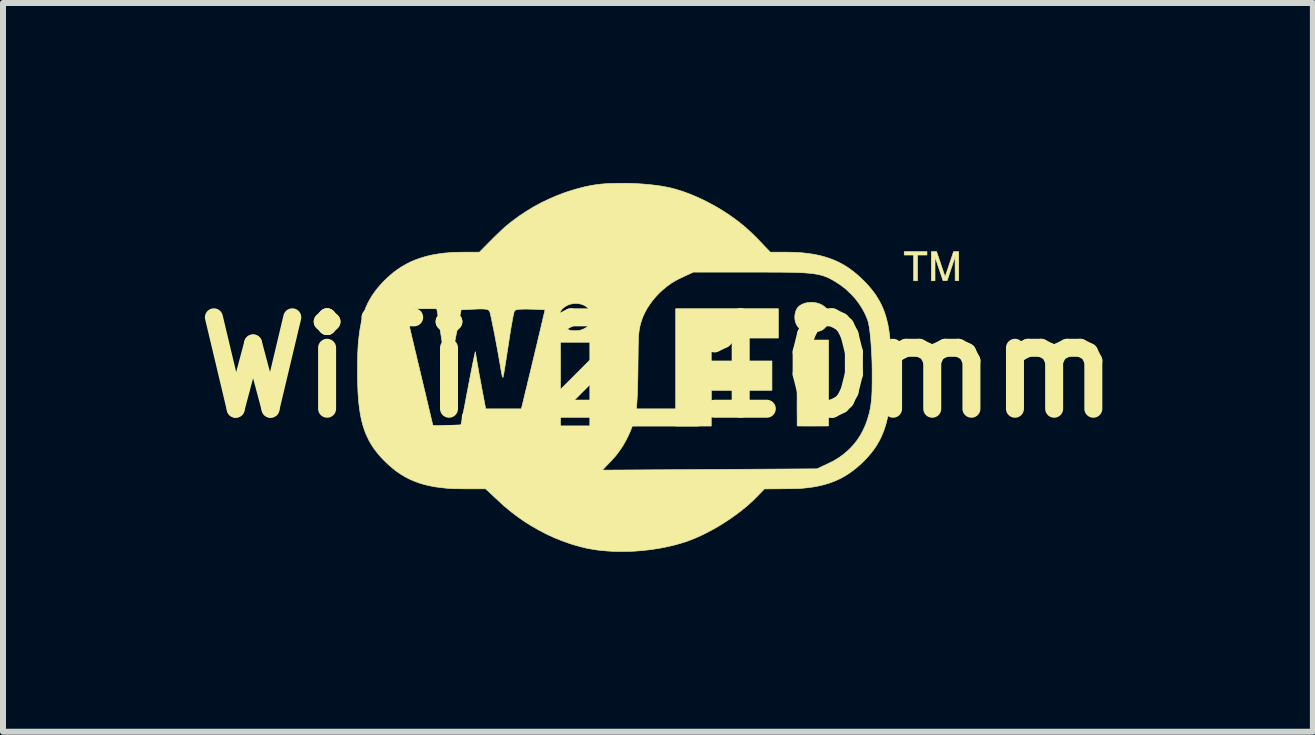
<source format=kicad_pcb>
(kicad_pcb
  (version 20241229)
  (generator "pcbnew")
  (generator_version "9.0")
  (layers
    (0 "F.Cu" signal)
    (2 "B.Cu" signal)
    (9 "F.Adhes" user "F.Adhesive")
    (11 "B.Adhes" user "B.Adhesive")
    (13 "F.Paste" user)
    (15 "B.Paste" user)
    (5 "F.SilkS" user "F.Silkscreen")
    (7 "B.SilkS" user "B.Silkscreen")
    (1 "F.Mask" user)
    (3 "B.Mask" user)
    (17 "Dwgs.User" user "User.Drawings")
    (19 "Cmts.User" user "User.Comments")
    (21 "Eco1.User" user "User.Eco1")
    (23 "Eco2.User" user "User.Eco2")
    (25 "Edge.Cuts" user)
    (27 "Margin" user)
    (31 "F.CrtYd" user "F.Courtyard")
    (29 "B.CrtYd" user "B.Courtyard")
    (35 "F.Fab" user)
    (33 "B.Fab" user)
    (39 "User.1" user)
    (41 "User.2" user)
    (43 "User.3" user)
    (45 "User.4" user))
  (footprint "WiFi_2_10mm"
    (layer "F.Cu")
    (at 7.918 3.074)
    (property "Reference" "WiFi_2_10mm" (at 0 0 0) (layer "F.SilkS") (effects (font (size 1.524 1.524) (thickness 0.3))))
    (attr through_hole)
    (fp_poly (pts (xy 4.484 -1.873) (xy 4.326 -1.873) (xy 4.326 -1.444) (xy 4.262 -1.444) (xy 4.262 -1.873) (xy 4.105 -1.873) (xy 4.105 -1.93) (xy 4.484 -1.93) (xy 4.484 -1.873)) (stroke (width 0.01) (type solid)) (fill yes) (layer "F.SilkS"))
    (fp_poly (pts (xy 2.007 -0.489) (xy 0.888 -0.489) (xy 0.888 -0.107) (xy 1.9 -0.107) (xy 1.9 0.382) (xy 1.395 0.383) (xy 0.89 0.384) (xy 0.889 0.681) (xy 0.888 0.978) (xy 0.295 0.978) (xy 0.295 -0.978) (xy 2.007 -0.978) (xy 2.007 -0.489)) (stroke (width 0.01) (type solid)) (fill yes) (layer "F.SilkS"))
    (fp_poly (pts (xy 2.844 0.261) (xy 2.843 0.977) (xy 2.583 0.978) (xy 2.542 0.978) (xy 2.503 0.978) (xy 2.466 0.978) (xy 2.432 0.978) (xy 2.402 0.978) (xy 2.376 0.977) (xy 2.354 0.977) (xy 2.338 0.977) (xy 2.326 0.977) (xy 2.321 0.976) (xy 2.321 0.976) (xy 2.321 0.973) (xy 2.321 0.963) (xy 2.32 0.947) (xy 2.32 0.925) (xy 2.32 0.898) (xy 2.32 0.865) (xy 2.32 0.828) (xy 2.32 0.786) (xy 2.319 0.74) (xy 2.319 0.69) (xy 2.319 0.637) (xy 2.319 0.58) (xy 2.319 0.52) (xy 2.319 0.457) (xy 2.319 0.393) (xy 2.319 0.325) (xy 2.319 0.259) (xy 2.319 -0.456) (xy 2.845 -0.456) (xy 2.844 0.261)) (stroke (width 0.01) (type solid)) (fill yes) (layer "F.SilkS"))
    (fp_poly (pts (xy 4.667 -1.861) (xy 4.674 -1.842) (xy 4.682 -1.818) (xy 4.691 -1.79) (xy 4.702 -1.759) (xy 4.713 -1.726) (xy 4.724 -1.693) (xy 4.735 -1.66) (xy 4.738 -1.651) (xy 4.786 -1.511) (xy 4.802 -1.555) (xy 4.806 -1.567) (xy 4.812 -1.585) (xy 4.82 -1.608) (xy 4.829 -1.634) (xy 4.838 -1.663) (xy 4.849 -1.695) (xy 4.86 -1.728) (xy 4.871 -1.761) (xy 4.873 -1.765) (xy 4.927 -1.93) (xy 5.013 -1.93) (xy 5.013 -1.444) (xy 4.954 -1.446) (xy 4.953 -1.644) (xy 4.952 -1.841) (xy 4.886 -1.644) (xy 4.82 -1.446) (xy 4.753 -1.444) (xy 4.686 -1.642) (xy 4.619 -1.84) (xy 4.618 -1.642) (xy 4.618 -1.444) (xy 4.557 -1.444) (xy 4.557 -1.93) (xy 4.644 -1.93) (xy 4.667 -1.861)) (stroke (width 0.01) (type solid)) (fill yes) (layer "F.SilkS"))
    (fp_poly (pts (xy 2.584 -1.083) (xy 2.591 -1.083) (xy 2.641 -1.075) (xy 2.687 -1.062) (xy 2.729 -1.043) (xy 2.767 -1.019) (xy 2.8 -0.99) (xy 2.83 -0.956) (xy 2.84 -0.942) (xy 2.857 -0.912) (xy 2.868 -0.883) (xy 2.874 -0.854) (xy 2.873 -0.824) (xy 2.867 -0.794) (xy 2.854 -0.762) (xy 2.836 -0.729) (xy 2.818 -0.703) (xy 2.793 -0.671) (xy 2.768 -0.646) (xy 2.742 -0.626) (xy 2.714 -0.612) (xy 2.684 -0.603) (xy 2.681 -0.602) (xy 2.668 -0.6) (xy 2.651 -0.598) (xy 2.631 -0.596) (xy 2.61 -0.595) (xy 2.59 -0.594) (xy 2.573 -0.594) (xy 2.559 -0.595) (xy 2.555 -0.595) (xy 2.547 -0.596) (xy 2.535 -0.598) (xy 2.52 -0.6) (xy 2.515 -0.6) (xy 2.48 -0.606) (xy 2.446 -0.614) (xy 2.415 -0.624) (xy 2.387 -0.636) (xy 2.363 -0.649) (xy 2.348 -0.66) (xy 2.334 -0.675) (xy 2.32 -0.695) (xy 2.307 -0.717) (xy 2.3 -0.734) (xy 2.288 -0.77) (xy 2.282 -0.808) (xy 2.281 -0.846) (xy 2.284 -0.884) (xy 2.292 -0.92) (xy 2.304 -0.954) (xy 2.32 -0.984) (xy 2.34 -1.01) (xy 2.344 -1.013) (xy 2.368 -1.032) (xy 2.397 -1.049) (xy 2.43 -1.063) (xy 2.466 -1.074) (xy 2.505 -1.081) (xy 2.544 -1.084) (xy 2.584 -1.083)) (stroke (width 0.01) (type solid)) (fill yes) (layer "F.SilkS"))
    (fp_poly (pts (xy -0.444 -3.067) (xy -0.338 -3.062) (xy -0.234 -3.055) (xy -0.134 -3.046) (xy -0.038 -3.035) (xy 0.053 -3.022) (xy 0.14 -3.006) (xy 0.221 -2.989) (xy 0.297 -2.969) (xy 0.303 -2.967) (xy 0.412 -2.933) (xy 0.522 -2.893) (xy 0.633 -2.847) (xy 0.745 -2.796) (xy 0.855 -2.74) (xy 0.965 -2.68) (xy 1.072 -2.616) (xy 1.177 -2.548) (xy 1.278 -2.477) (xy 1.287 -2.47) (xy 1.332 -2.436) (xy 1.376 -2.402) (xy 1.418 -2.368) (xy 1.459 -2.333) (xy 1.5 -2.297) (xy 1.541 -2.259) (xy 1.584 -2.218) (xy 1.629 -2.174) (xy 1.676 -2.126) (xy 1.727 -2.073) (xy 1.734 -2.066) (xy 1.757 -2.041) (xy 1.78 -2.017) (xy 1.801 -1.995) (xy 1.82 -1.976) (xy 1.836 -1.959) (xy 1.849 -1.945) (xy 1.859 -1.935) (xy 1.864 -1.929) (xy 1.865 -1.928) (xy 1.873 -1.92) (xy 2.059 -1.92) (xy 2.096 -1.92) (xy 2.132 -1.92) (xy 2.168 -1.92) (xy 2.202 -1.919) (xy 2.233 -1.919) (xy 2.26 -1.918) (xy 2.283 -1.918) (xy 2.3 -1.917) (xy 2.304 -1.917) (xy 2.41 -1.909) (xy 2.511 -1.898) (xy 2.607 -1.883) (xy 2.698 -1.864) (xy 2.784 -1.841) (xy 2.867 -1.814) (xy 2.947 -1.783) (xy 3.024 -1.747) (xy 3.098 -1.707) (xy 3.17 -1.662) (xy 3.24 -1.611) (xy 3.309 -1.556) (xy 3.377 -1.495) (xy 3.409 -1.464) (xy 3.46 -1.413) (xy 3.508 -1.361) (xy 3.552 -1.31) (xy 3.593 -1.258) (xy 3.631 -1.205) (xy 3.665 -1.151) (xy 3.697 -1.096) (xy 3.726 -1.039) (xy 3.752 -0.98) (xy 3.776 -0.918) (xy 3.797 -0.854) (xy 3.815 -0.787) (xy 3.832 -0.716) (xy 3.846 -0.641) (xy 3.857 -0.562) (xy 3.867 -0.479) (xy 3.875 -0.391) (xy 3.881 -0.298) (xy 3.886 -0.199) (xy 3.889 -0.095) (xy 3.89 0.015) (xy 3.89 0.067) (xy 3.889 0.182) (xy 3.887 0.292) (xy 3.882 0.395) (xy 3.875 0.493) (xy 3.867 0.585) (xy 3.856 0.673) (xy 3.843 0.756) (xy 3.827 0.834) (xy 3.81 0.909) (xy 3.79 0.98) (xy 3.767 1.047) (xy 3.742 1.111) (xy 3.715 1.173) (xy 3.685 1.231) (xy 3.652 1.288) (xy 3.645 1.3) (xy 3.602 1.364) (xy 3.553 1.428) (xy 3.499 1.491) (xy 3.442 1.552) (xy 3.38 1.612) (xy 3.316 1.668) (xy 3.251 1.72) (xy 3.184 1.768) (xy 3.178 1.772) (xy 3.104 1.818) (xy 3.027 1.859) (xy 2.947 1.895) (xy 2.864 1.926) (xy 2.777 1.953) (xy 2.686 1.975) (xy 2.59 1.993) (xy 2.489 2.006) (xy 2.485 2.007) (xy 2.461 2.009) (xy 2.439 2.012) (xy 2.418 2.014) (xy 2.397 2.015) (xy 2.376 2.017) (xy 2.355 2.018) (xy 2.332 2.019) (xy 2.306 2.02) (xy 2.279 2.021) (xy 2.247 2.021) (xy 2.212 2.022) (xy 2.173 2.022) (xy 2.128 2.023) (xy 2.077 2.023) (xy 2.049 2.024) (xy 1.774 2.026) (xy 1.69 2.113) (xy 1.646 2.158) (xy 1.606 2.198) (xy 1.567 2.236) (xy 1.529 2.27) (xy 1.491 2.304) (xy 1.459 2.331) (xy 1.374 2.399) (xy 1.285 2.466) (xy 1.193 2.531) (xy 1.099 2.592) (xy 1.004 2.651) (xy 0.907 2.706) (xy 0.811 2.757) (xy 0.715 2.804) (xy 0.621 2.846) (xy 0.528 2.883) (xy 0.438 2.915) (xy 0.421 2.92) (xy 0.297 2.956) (xy 0.169 2.987) (xy 0.037 3.013) (xy -0.098 3.035) (xy -0.237 3.051) (xy -0.378 3.063) (xy -0.439 3.066) (xy -0.46 3.067) (xy -0.485 3.067) (xy -0.515 3.068) (xy -0.547 3.068) (xy -0.58 3.069) (xy -0.614 3.069) (xy -0.647 3.069) (xy -0.677 3.069) (xy -0.705 3.068) (xy -0.727 3.068) (xy -0.742 3.067) (xy -0.842 3.061) (xy -0.937 3.053) (xy -1.028 3.042) (xy -1.116 3.028) (xy -1.203 3.011) (xy -1.289 2.99) (xy -1.376 2.966) (xy -1.465 2.939) (xy -1.479 2.934) (xy -1.609 2.887) (xy -1.738 2.835) (xy -1.865 2.776) (xy -1.989 2.711) (xy -2.111 2.641) (xy -2.23 2.566) (xy -2.344 2.486) (xy -2.455 2.402) (xy -2.56 2.314) (xy -2.585 2.292) (xy -2.597 2.281) (xy -2.612 2.267) (xy -2.631 2.249) (xy -2.653 2.229) (xy -2.677 2.207) (xy -2.702 2.184) (xy -2.728 2.16) (xy -2.751 2.138) (xy -2.873 2.024) (xy -3.111 2.024) (xy -3.153 2.024) (xy -3.194 2.024) (xy -3.235 2.024) (xy -3.273 2.023) (xy -3.309 2.023) (xy -3.342 2.022) (xy -3.371 2.022) (xy -3.395 2.021) (xy -3.413 2.021) (xy -3.42 2.021) (xy -3.526 2.014) (xy -3.628 2.003) (xy -3.724 1.99) (xy -3.815 1.972) (xy -3.902 1.951) (xy -3.985 1.926) (xy -4.065 1.896) (xy -4.141 1.863) (xy -4.215 1.825) (xy -4.286 1.782) (xy -4.355 1.735) (xy -4.384 1.712) (xy -0.926 1.712) (xy -0.894 1.712) (xy -0.887 1.712) (xy -0.874 1.712) (xy -0.855 1.712) (xy -0.831 1.712) (xy -0.801 1.712) (xy -0.766 1.712) (xy -0.727 1.711) (xy -0.684 1.711) (xy -0.638 1.711) (xy -0.588 1.711) (xy -0.535 1.71) (xy -0.48 1.71) (xy -0.423 1.71) (xy -0.364 1.709) (xy -0.337 1.709) (xy -0.271 1.709) (xy -0.199 1.708) (xy -0.122 1.708) (xy -0.041 1.707) (xy 0.043 1.707) (xy 0.129 1.706) (xy 0.217 1.706) (xy 0.305 1.705) (xy 0.392 1.705) (xy 0.479 1.704) (xy 0.563 1.704) (xy 0.644 1.703) (xy 0.721 1.703) (xy 0.779 1.702) (xy 0.85 1.702) (xy 0.927 1.702) (xy 1.009 1.701) (xy 1.095 1.701) (xy 1.184 1.7) (xy 1.275 1.7) (xy 1.368 1.699) (xy 1.462 1.698) (xy 1.555 1.698) (xy 1.647 1.697) (xy 1.736 1.697) (xy 1.823 1.696) (xy 1.906 1.696) (xy 1.985 1.695) (xy 2.01 1.695) (xy 2.652 1.691) (xy 2.775 1.633) (xy 2.804 1.62) (xy 2.832 1.606) (xy 2.86 1.593) (xy 2.884 1.581) (xy 2.906 1.57) (xy 2.924 1.561) (xy 2.937 1.554) (xy 2.938 1.553) (xy 3.016 1.505) (xy 3.089 1.452) (xy 3.157 1.395) (xy 3.22 1.334) (xy 3.278 1.269) (xy 3.331 1.199) (xy 3.378 1.125) (xy 3.42 1.046) (xy 3.457 0.964) (xy 3.489 0.877) (xy 3.516 0.785) (xy 3.52 0.772) (xy 3.529 0.733) (xy 3.537 0.695) (xy 3.544 0.656) (xy 3.55 0.616) (xy 3.555 0.573) (xy 3.56 0.527) (xy 3.564 0.475) (xy 3.566 0.439) (xy 3.567 0.42) (xy 3.568 0.395) (xy 3.568 0.365) (xy 3.569 0.331) (xy 3.569 0.293) (xy 3.57 0.253) (xy 3.57 0.21) (xy 3.57 0.166) (xy 3.57 0.122) (xy 3.57 0.077) (xy 3.57 0.034) (xy 3.569 -0.007) (xy 3.569 -0.046) (xy 3.568 -0.081) (xy 3.567 -0.112) (xy 3.566 -0.138) (xy 3.566 -0.146) (xy 3.561 -0.238) (xy 3.556 -0.323) (xy 3.551 -0.402) (xy 3.545 -0.475) (xy 3.539 -0.54) (xy 3.532 -0.6) (xy 3.525 -0.653) (xy 3.517 -0.699) (xy 3.509 -0.74) (xy 3.5 -0.774) (xy 3.494 -0.792) (xy 3.474 -0.844) (xy 3.449 -0.899) (xy 3.42 -0.954) (xy 3.386 -1.011) (xy 3.349 -1.067) (xy 3.309 -1.121) (xy 3.294 -1.139) (xy 3.281 -1.155) (xy 3.264 -1.173) (xy 3.245 -1.195) (xy 3.223 -1.217) (xy 3.2 -1.24) (xy 3.177 -1.262) (xy 3.155 -1.283) (xy 3.136 -1.301) (xy 3.119 -1.316) (xy 3.112 -1.321) (xy 3.083 -1.343) (xy 3.051 -1.367) (xy 3.016 -1.391) (xy 2.979 -1.415) (xy 2.943 -1.437) (xy 2.909 -1.458) (xy 2.877 -1.475) (xy 2.862 -1.483) (xy 2.826 -1.5) (xy 2.791 -1.514) (xy 2.754 -1.527) (xy 2.715 -1.538) (xy 2.674 -1.548) (xy 2.63 -1.556) (xy 2.582 -1.563) (xy 2.529 -1.569) (xy 2.471 -1.574) (xy 2.407 -1.578) (xy 2.403 -1.578) (xy 2.381 -1.579) (xy 2.359 -1.58) (xy 2.334 -1.581) (xy 2.308 -1.582) (xy 2.279 -1.583) (xy 2.247 -1.584) (xy 2.213 -1.584) (xy 2.176 -1.585) (xy 2.135 -1.586) (xy 2.09 -1.586) (xy 2.042 -1.587) (xy 1.989 -1.587) (xy 1.933 -1.587) (xy 1.871 -1.587) (xy 1.804 -1.588) (xy 1.732 -1.588) (xy 1.655 -1.588) (xy 1.572 -1.588) (xy 1.483 -1.588) (xy 1.387 -1.588) (xy 1.33 -1.588) (xy 0.59 -1.588) (xy 0.464 -1.53) (xy 0.424 -1.511) (xy 0.39 -1.495) (xy 0.36 -1.481) (xy 0.334 -1.468) (xy 0.312 -1.456) (xy 0.291 -1.445) (xy 0.272 -1.434) (xy 0.254 -1.423) (xy 0.236 -1.412) (xy 0.221 -1.402) (xy 0.152 -1.353) (xy 0.087 -1.299) (xy 0.024 -1.242) (xy -0.034 -1.181) (xy -0.088 -1.117) (xy -0.137 -1.05) (xy -0.181 -0.983) (xy -0.219 -0.913) (xy -0.251 -0.844) (xy -0.252 -0.841) (xy -0.27 -0.793) (xy -0.286 -0.743) (xy -0.299 -0.693) (xy -0.309 -0.646) (xy -0.31 -0.64) (xy -0.312 -0.622) (xy -0.315 -0.604) (xy -0.317 -0.587) (xy -0.319 -0.568) (xy -0.321 -0.549) (xy -0.323 -0.528) (xy -0.324 -0.506) (xy -0.325 -0.481) (xy -0.326 -0.453) (xy -0.327 -0.422) (xy -0.328 -0.387) (xy -0.329 -0.347) (xy -0.33 -0.303) (xy -0.33 -0.254) (xy -0.331 -0.198) (xy -0.332 -0.137) (xy -0.332 -0.132) (xy -0.333 -0.035) (xy -0.334 0.055) (xy -0.335 0.139) (xy -0.337 0.218) (xy -0.339 0.29) (xy -0.341 0.357) (xy -0.343 0.419) (xy -0.345 0.477) (xy -0.348 0.529) (xy -0.351 0.577) (xy -0.354 0.621) (xy -0.357 0.66) (xy -0.361 0.696) (xy -0.365 0.729) (xy -0.369 0.759) (xy -0.374 0.785) (xy -0.377 0.801) (xy -0.399 0.887) (xy -0.426 0.973) (xy -0.459 1.06) (xy -0.497 1.145) (xy -0.54 1.229) (xy -0.587 1.31) (xy -0.638 1.386) (xy -0.692 1.459) (xy -0.721 1.493) (xy -0.73 1.503) (xy -0.743 1.518) (xy -0.759 1.536) (xy -0.778 1.556) (xy -0.798 1.577) (xy -0.819 1.599) (xy -0.831 1.612) (xy -0.851 1.632) (xy -0.869 1.651) (xy -0.885 1.668) (xy -0.899 1.683) (xy -0.909 1.694) (xy -0.917 1.702) (xy -0.92 1.705) (xy -0.926 1.712) (xy -4.384 1.712) (xy -4.422 1.682) (xy -4.489 1.625) (xy -4.533 1.584) (xy -4.583 1.534) (xy -4.629 1.484) (xy -4.673 1.433) (xy -4.713 1.381) (xy -4.751 1.329) (xy -4.785 1.275) (xy -4.817 1.219) (xy -4.845 1.161) (xy -4.872 1.102) (xy -4.895 1.039) (xy -4.916 0.974) (xy -4.935 0.905) (xy -4.951 0.833) (xy -4.965 0.757) (xy -4.977 0.677) (xy -4.987 0.593) (xy -4.995 0.504) (xy -5.001 0.409) (xy -5.005 0.31) (xy -5.008 0.205) (xy -5.009 0.094) (xy -5.009 -0.023) (xy -5.009 -0.025) (xy -5.008 -0.085) (xy -5.007 -0.139) (xy -5.006 -0.187) (xy -5.005 -0.232) (xy -5.003 -0.273) (xy -5.001 -0.312) (xy -4.999 -0.348) (xy -4.997 -0.384) (xy -4.994 -0.42) (xy -4.99 -0.456) (xy -4.986 -0.494) (xy -4.986 -0.497) (xy -4.974 -0.593) (xy -4.959 -0.683) (xy -4.942 -0.769) (xy -4.921 -0.849) (xy -4.897 -0.925) (xy -4.884 -0.959) (xy -4.206 -0.959) (xy -4.206 -0.952) (xy -4.205 -0.949) (xy -4.204 -0.943) (xy -4.201 -0.931) (xy -4.197 -0.914) (xy -4.192 -0.894) (xy -4.187 -0.87) (xy -4.181 -0.844) (xy -4.175 -0.821) (xy -4.17 -0.797) (xy -4.164 -0.773) (xy -4.159 -0.749) (xy -4.153 -0.725) (xy -4.148 -0.701) (xy -4.142 -0.675) (xy -4.135 -0.647) (xy -4.128 -0.618) (xy -4.121 -0.587) (xy -4.113 -0.554) (xy -4.105 -0.517) (xy -4.095 -0.478) (xy -4.085 -0.435) (xy -4.074 -0.388) (xy -4.062 -0.337) (xy -4.049 -0.281) (xy -4.034 -0.221) (xy -4.019 -0.155) (xy -4.002 -0.084) (xy -3.983 -0.007) (xy -3.969 0.052) (xy -3.947 0.147) (xy -3.925 0.238) (xy -3.905 0.323) (xy -3.885 0.404) (xy -3.867 0.48) (xy -3.851 0.55) (xy -3.835 0.616) (xy -3.821 0.676) (xy -3.808 0.73) (xy -3.797 0.778) (xy -3.787 0.821) (xy -3.778 0.858) (xy -3.771 0.889) (xy -3.765 0.913) (xy -3.761 0.931) (xy -3.76 0.936) (xy -3.757 0.95) (xy -3.754 0.96) (xy -3.752 0.967) (xy -3.751 0.968) (xy -3.747 0.969) (xy -3.736 0.97) (xy -3.72 0.971) (xy -3.699 0.971) (xy -3.674 0.971) (xy -3.646 0.971) (xy -3.615 0.971) (xy -3.581 0.97) (xy -3.546 0.969) (xy -3.51 0.968) (xy -3.473 0.967) (xy -3.438 0.965) (xy -3.407 0.964) (xy -3.378 0.962) (xy -3.352 0.961) (xy -3.329 0.96) (xy -3.31 0.959) (xy -3.296 0.958) (xy -3.287 0.957) (xy -3.285 0.957) (xy -3.284 0.953) (xy -3.282 0.944) (xy -3.279 0.928) (xy -3.274 0.908) (xy -3.27 0.883) (xy -3.264 0.853) (xy -3.257 0.82) (xy -3.25 0.784) (xy -3.243 0.744) (xy -3.235 0.703) (xy -3.227 0.659) (xy -3.226 0.658) (xy -3.212 0.582) (xy -3.199 0.512) (xy -3.187 0.448) (xy -3.176 0.39) (xy -3.165 0.336) (xy -3.156 0.286) (xy -3.147 0.24) (xy -3.139 0.198) (xy -3.131 0.158) (xy -3.124 0.121) (xy -3.117 0.086) (xy -3.111 0.053) (xy -3.104 0.02) (xy -3.098 -0.011) (xy -3.095 -0.028) (xy -3.088 -0.062) (xy -3.081 -0.096) (xy -3.074 -0.128) (xy -3.068 -0.157) (xy -3.062 -0.185) (xy -3.057 -0.209) (xy -3.052 -0.229) (xy -3.049 -0.245) (xy -3.046 -0.255) (xy -3.044 -0.26) (xy -3.044 -0.26) (xy -3.043 -0.257) (xy -3.041 -0.248) (xy -3.039 -0.234) (xy -3.037 -0.217) (xy -3.034 -0.197) (xy -3.033 -0.191) (xy -3.029 -0.166) (xy -3.024 -0.136) (xy -3.018 -0.101) (xy -3.012 -0.063) (xy -3.004 -0.021) (xy -2.996 0.024) (xy -2.988 0.072) (xy -2.979 0.122) (xy -2.969 0.174) (xy -2.959 0.227) (xy -2.949 0.282) (xy -2.939 0.336) (xy -2.929 0.391) (xy -2.918 0.446) (xy -2.908 0.499) (xy -2.898 0.551) (xy -2.889 0.602) (xy -2.879 0.651) (xy -2.87 0.696) (xy -2.862 0.739) (xy -2.854 0.779) (xy -2.846 0.814) (xy -2.84 0.845) (xy -2.834 0.872) (xy -2.83 0.893) (xy -2.826 0.908) (xy -2.823 0.918) (xy -2.823 0.918) (xy -2.816 0.933) (xy -2.807 0.944) (xy -2.793 0.954) (xy -2.776 0.961) (xy -2.753 0.967) (xy -2.725 0.971) (xy -2.719 0.972) (xy -2.708 0.972) (xy -2.691 0.973) (xy -2.67 0.973) (xy -2.646 0.974) (xy -2.618 0.974) (xy -2.59 0.974) (xy -2.56 0.973) (xy -2.532 0.973) (xy -2.504 0.972) (xy -2.48 0.972) (xy -2.458 0.971) (xy -2.441 0.97) (xy -2.43 0.969) (xy -2.428 0.969) (xy -2.405 0.964) (xy -2.384 0.959) (xy -2.366 0.952) (xy -2.353 0.946) (xy -2.35 0.943) (xy -2.347 0.941) (xy -2.344 0.937) (xy -2.342 0.933) (xy -2.339 0.927) (xy -2.336 0.918) (xy -2.332 0.907) (xy -2.328 0.892) (xy -2.323 0.873) (xy -2.317 0.849) (xy -2.309 0.82) (xy -2.301 0.786) (xy -2.297 0.772) (xy -2.29 0.744) (xy -2.282 0.712) (xy -2.273 0.674) (xy -2.263 0.633) (xy -2.252 0.588) (xy -2.24 0.539) (xy -2.228 0.487) (xy -2.215 0.432) (xy -2.201 0.375) (xy -2.186 0.316) (xy -2.172 0.254) (xy -2.156 0.191) (xy -2.141 0.127) (xy -2.125 0.062) (xy -2.109 -0.004) (xy -2.094 -0.07) (xy -2.078 -0.136) (xy -2.062 -0.202) (xy -2.047 -0.267) (xy -2.031 -0.331) (xy -2.016 -0.394) (xy -2.01 -0.419) (xy -1.625 -0.419) (xy -1.625 0.975) (xy -1.136 0.975) (xy -1.136 -0.419) (xy -1.625 -0.419) (xy -2.01 -0.419) (xy -2.002 -0.455) (xy -1.988 -0.515) (xy -1.974 -0.571) (xy -1.961 -0.626) (xy -1.949 -0.677) (xy -1.938 -0.725) (xy -1.927 -0.77) (xy -1.918 -0.811) (xy -1.913 -0.832) (xy -1.651 -0.832) (xy -1.647 -0.797) (xy -1.645 -0.79) (xy -1.633 -0.753) (xy -1.615 -0.72) (xy -1.591 -0.691) (xy -1.563 -0.666) (xy -1.53 -0.644) (xy -1.493 -0.628) (xy -1.452 -0.616) (xy -1.445 -0.615) (xy -1.425 -0.612) (xy -1.4 -0.611) (xy -1.373 -0.611) (xy -1.347 -0.612) (xy -1.322 -0.615) (xy -1.301 -0.618) (xy -1.296 -0.619) (xy -1.256 -0.633) (xy -1.219 -0.65) (xy -1.186 -0.671) (xy -1.158 -0.696) (xy -1.158 -0.696) (xy -1.138 -0.72) (xy -1.123 -0.748) (xy -1.113 -0.78) (xy -1.107 -0.813) (xy -1.105 -0.848) (xy -1.109 -0.882) (xy -1.117 -0.915) (xy -1.13 -0.946) (xy -1.143 -0.966) (xy -1.162 -0.985) (xy -1.185 -1.005) (xy -1.21 -1.022) (xy -1.237 -1.037) (xy -1.262 -1.047) (xy -1.29 -1.056) (xy -1.318 -1.062) (xy -1.347 -1.065) (xy -1.381 -1.065) (xy -1.384 -1.065) (xy -1.427 -1.061) (xy -1.467 -1.052) (xy -1.504 -1.038) (xy -1.539 -1.019) (xy -1.548 -1.013) (xy -1.58 -0.989) (xy -1.606 -0.962) (xy -1.626 -0.932) (xy -1.641 -0.9) (xy -1.649 -0.867) (xy -1.651 -0.832) (xy -1.913 -0.832) (xy -1.909 -0.847) (xy -1.902 -0.879) (xy -1.895 -0.906) (xy -1.89 -0.928) (xy -1.887 -0.944) (xy -1.884 -0.955) (xy -1.884 -0.96) (xy -1.884 -0.96) (xy -1.887 -0.96) (xy -1.897 -0.961) (xy -1.911 -0.962) (xy -1.931 -0.963) (xy -1.954 -0.964) (xy -1.98 -0.965) (xy -2.008 -0.966) (xy -2.016 -0.966) (xy -2.073 -0.969) (xy -2.124 -0.97) (xy -2.169 -0.971) (xy -2.208 -0.972) (xy -2.243 -0.971) (xy -2.273 -0.97) (xy -2.299 -0.969) (xy -2.321 -0.967) (xy -2.34 -0.964) (xy -2.357 -0.96) (xy -2.366 -0.957) (xy -2.378 -0.953) (xy -2.386 -0.948) (xy -2.391 -0.943) (xy -2.393 -0.938) (xy -2.397 -0.927) (xy -2.402 -0.91) (xy -2.408 -0.886) (xy -2.414 -0.856) (xy -2.422 -0.819) (xy -2.429 -0.776) (xy -2.438 -0.727) (xy -2.448 -0.672) (xy -2.458 -0.611) (xy -2.469 -0.543) (xy -2.48 -0.47) (xy -2.492 -0.391) (xy -2.505 -0.306) (xy -2.507 -0.298) (xy -2.515 -0.243) (xy -2.523 -0.189) (xy -2.531 -0.138) (xy -2.539 -0.089) (xy -2.546 -0.043) (xy -2.553 -0.001) (xy -2.559 0.038) (xy -2.565 0.072) (xy -2.57 0.102) (xy -2.575 0.126) (xy -2.578 0.145) (xy -2.581 0.158) (xy -2.582 0.162) (xy -2.584 0.167) (xy -2.587 0.166) (xy -2.589 0.163) (xy -2.592 0.157) (xy -2.595 0.147) (xy -2.599 0.133) (xy -2.603 0.114) (xy -2.608 0.09) (xy -2.613 0.06) (xy -2.619 0.024) (xy -2.624 -0.003) (xy -2.631 -0.047) (xy -2.639 -0.093) (xy -2.648 -0.142) (xy -2.657 -0.193) (xy -2.666 -0.245) (xy -2.676 -0.298) (xy -2.686 -0.352) (xy -2.696 -0.406) (xy -2.706 -0.46) (xy -2.716 -0.513) (xy -2.726 -0.565) (xy -2.736 -0.615) (xy -2.746 -0.663) (xy -2.755 -0.709) (xy -2.764 -0.751) (xy -2.772 -0.791) (xy -2.779 -0.826) (xy -2.786 -0.857) (xy -2.792 -0.883) (xy -2.797 -0.904) (xy -2.801 -0.919) (xy -2.804 -0.929) (xy -2.804 -0.929) (xy -2.813 -0.944) (xy -2.826 -0.956) (xy -2.842 -0.964) (xy -2.844 -0.965) (xy -2.861 -0.969) (xy -2.884 -0.971) (xy -2.91 -0.973) (xy -2.939 -0.974) (xy -2.968 -0.974) (xy -2.974 -0.974) (xy -3.026 -0.972) (xy -3.075 -0.97) (xy -3.118 -0.968) (xy -3.158 -0.966) (xy -3.192 -0.964) (xy -3.221 -0.963) (xy -3.245 -0.962) (xy -3.263 -0.961) (xy -3.275 -0.96) (xy -3.281 -0.959) (xy -3.281 -0.959) (xy -3.282 -0.955) (xy -3.284 -0.946) (xy -3.287 -0.931) (xy -3.291 -0.91) (xy -3.296 -0.886) (xy -3.302 -0.857) (xy -3.309 -0.825) (xy -3.316 -0.79) (xy -3.323 -0.753) (xy -3.331 -0.713) (xy -3.339 -0.673) (xy -3.347 -0.631) (xy -3.355 -0.589) (xy -3.364 -0.548) (xy -3.372 -0.507) (xy -3.379 -0.467) (xy -3.387 -0.429) (xy -3.394 -0.393) (xy -3.4 -0.36) (xy -3.406 -0.331) (xy -3.411 -0.305) (xy -3.415 -0.283) (xy -3.416 -0.275) (xy -3.427 -0.212) (xy -3.437 -0.155) (xy -3.446 -0.103) (xy -3.453 -0.058) (xy -3.459 -0.017) (xy -3.464 0.02) (xy -3.468 0.052) (xy -3.471 0.08) (xy -3.472 0.094) (xy -3.474 0.122) (xy -3.476 0.143) (xy -3.479 0.158) (xy -3.482 0.167) (xy -3.485 0.171) (xy -3.485 0.171) (xy -3.489 0.169) (xy -3.494 0.163) (xy -3.499 0.153) (xy -3.504 0.138) (xy -3.509 0.118) (xy -3.515 0.094) (xy -3.521 0.065) (xy -3.528 0.031) (xy -3.536 -0.009) (xy -3.544 -0.055) (xy -3.552 -0.106) (xy -3.561 -0.162) (xy -3.571 -0.225) (xy -3.581 -0.295) (xy -3.592 -0.37) (xy -3.594 -0.381) (xy -3.603 -0.445) (xy -3.612 -0.506) (xy -3.621 -0.565) (xy -3.63 -0.622) (xy -3.638 -0.676) (xy -3.646 -0.726) (xy -3.653 -0.773) (xy -3.66 -0.816) (xy -3.666 -0.854) (xy -3.672 -0.888) (xy -3.676 -0.917) (xy -3.681 -0.94) (xy -3.684 -0.958) (xy -3.686 -0.97) (xy -3.688 -0.974) (xy -3.689 -0.975) (xy -3.694 -0.976) (xy -3.702 -0.977) (xy -3.714 -0.977) (xy -3.731 -0.978) (xy -3.752 -0.978) (xy -3.779 -0.978) (xy -3.811 -0.978) (xy -3.85 -0.978) (xy -3.854 -0.978) (xy -3.91 -0.978) (xy -3.962 -0.978) (xy -4.009 -0.977) (xy -4.053 -0.976) (xy -4.091 -0.975) (xy -4.125 -0.973) (xy -4.153 -0.971) (xy -4.176 -0.969) (xy -4.193 -0.967) (xy -4.203 -0.964) (xy -4.206 -0.963) (xy -4.206 -0.959) (xy -4.884 -0.959) (xy -4.87 -0.997) (xy -4.839 -1.066) (xy -4.804 -1.132) (xy -4.766 -1.195) (xy -4.723 -1.257) (xy -4.714 -1.269) (xy -4.669 -1.326) (xy -4.619 -1.384) (xy -4.565 -1.441) (xy -4.508 -1.496) (xy -4.451 -1.547) (xy -4.415 -1.577) (xy -4.344 -1.63) (xy -4.271 -1.679) (xy -4.195 -1.722) (xy -4.116 -1.762) (xy -4.033 -1.796) (xy -3.947 -1.826) (xy -3.858 -1.852) (xy -3.764 -1.874) (xy -3.665 -1.891) (xy -3.562 -1.905) (xy -3.454 -1.914) (xy -3.415 -1.917) (xy -3.4 -1.917) (xy -3.379 -1.918) (xy -3.354 -1.918) (xy -3.324 -1.919) (xy -3.292 -1.919) (xy -3.256 -1.92) (xy -3.22 -1.92) (xy -3.183 -1.92) (xy -3.167 -1.92) (xy -2.977 -1.92) (xy -2.81 -2.089) (xy -2.767 -2.132) (xy -2.729 -2.17) (xy -2.694 -2.204) (xy -2.662 -2.235) (xy -2.633 -2.263) (xy -2.605 -2.289) (xy -2.579 -2.313) (xy -2.554 -2.335) (xy -2.529 -2.357) (xy -2.504 -2.378) (xy -2.478 -2.399) (xy -2.451 -2.42) (xy -2.428 -2.438) (xy -2.312 -2.524) (xy -2.192 -2.603) (xy -2.069 -2.678) (xy -1.943 -2.746) (xy -1.813 -2.808) (xy -1.68 -2.865) (xy -1.545 -2.916) (xy -1.407 -2.96) (xy -1.266 -2.999) (xy -1.265 -2.999) (xy -1.211 -3.012) (xy -1.159 -3.023) (xy -1.108 -3.033) (xy -1.059 -3.041) (xy -1.009 -3.048) (xy -0.958 -3.054) (xy -0.904 -3.059) (xy -0.848 -3.063) (xy -0.788 -3.065) (xy -0.722 -3.067) (xy -0.663 -3.068) (xy -0.553 -3.069) (xy -0.444 -3.067)) (stroke (width 0.01) (type solid)) (fill yes) (layer "F.SilkS")))
  (gr_rect
    (start -3 -3)
    (end 18.835 9.147)
    (stroke (width 0.1) (type default))
    (fill no)
    (layer "Edge.Cuts")))
</source>
